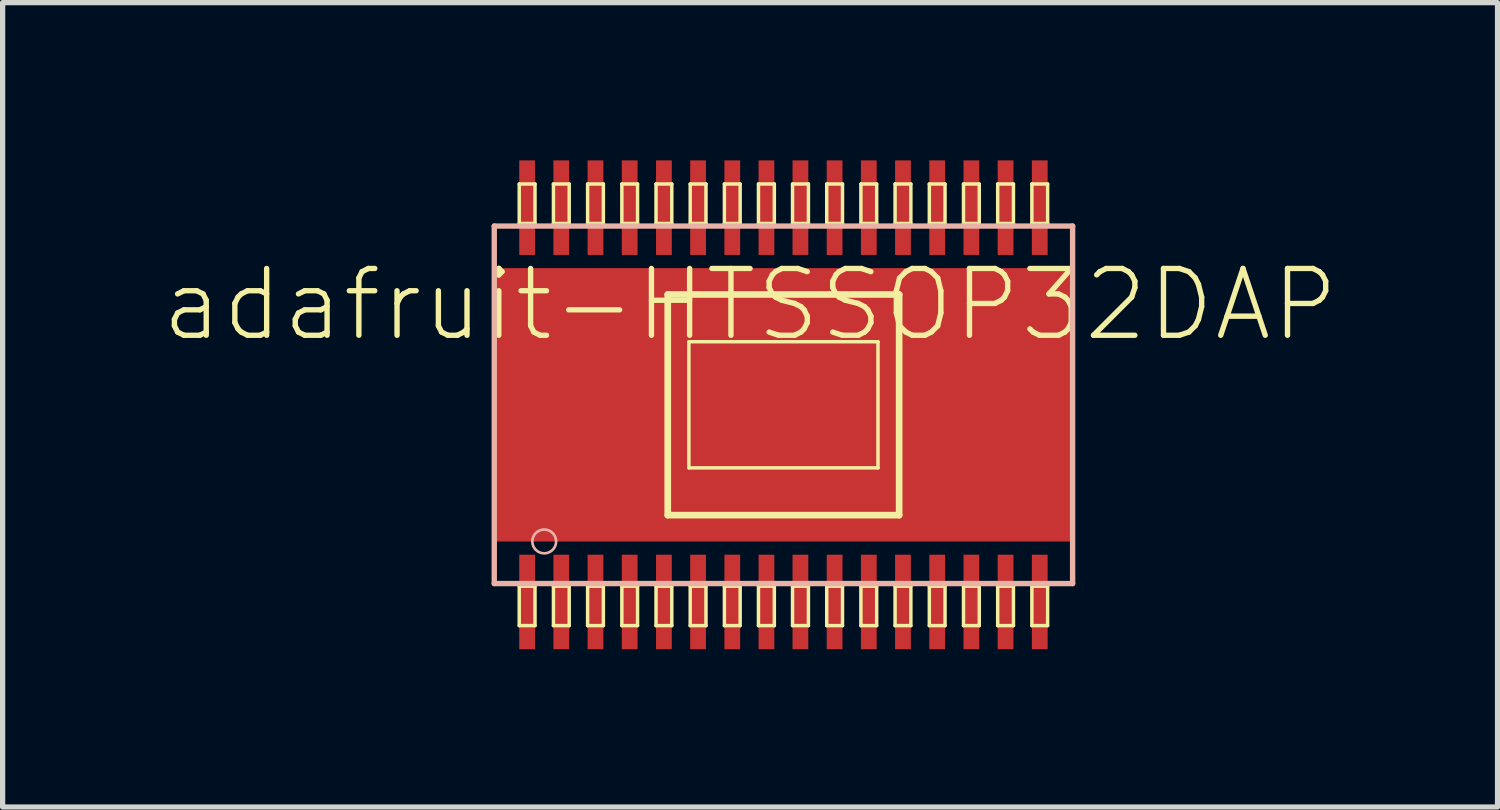
<source format=kicad_pcb>
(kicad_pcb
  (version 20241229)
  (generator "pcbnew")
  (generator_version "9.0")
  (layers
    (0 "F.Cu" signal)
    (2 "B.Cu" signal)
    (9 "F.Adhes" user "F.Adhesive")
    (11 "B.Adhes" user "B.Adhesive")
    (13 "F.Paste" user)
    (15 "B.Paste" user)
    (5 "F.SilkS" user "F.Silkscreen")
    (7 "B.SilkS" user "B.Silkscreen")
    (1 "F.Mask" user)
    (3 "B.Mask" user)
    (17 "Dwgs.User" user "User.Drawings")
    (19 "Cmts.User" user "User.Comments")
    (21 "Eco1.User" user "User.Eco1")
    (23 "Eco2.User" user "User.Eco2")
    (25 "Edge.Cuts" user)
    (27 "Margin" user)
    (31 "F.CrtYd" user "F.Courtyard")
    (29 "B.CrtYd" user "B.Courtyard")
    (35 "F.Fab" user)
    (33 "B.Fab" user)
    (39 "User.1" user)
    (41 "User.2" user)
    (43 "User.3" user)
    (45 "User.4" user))
  (footprint "adafruit-HTSSOP32DAP"
    (layer "F.Cu")
    (at 11.848 4.648)
    (property "Reference" "adafruit-HTSSOP32DAP" (at -0.635 -1.905 0) (layer "F.SilkS") (effects (font (size 1.27 1.27) (thickness 0.102))))
    (attr smd)
    (fp_line (start -5.024 -4.199) (end -4.724 -4.199) (stroke (width 0.066) (type solid)) (layer "F.SilkS"))
    (fp_line (start -5.024 -3.449) (end -5.024 -4.199) (stroke (width 0.066) (type solid)) (layer "F.SilkS"))
    (fp_line (start -5.024 -3.449) (end -4.724 -3.449) (stroke (width 0.066) (type solid)) (layer "F.SilkS"))
    (fp_line (start -5.024 3.449) (end -4.724 3.449) (stroke (width 0.066) (type solid)) (layer "F.SilkS"))
    (fp_line (start -5.024 4.199) (end -5.024 3.449) (stroke (width 0.066) (type solid)) (layer "F.SilkS"))
    (fp_line (start -5.024 4.199) (end -4.724 4.199) (stroke (width 0.066) (type solid)) (layer "F.SilkS"))
    (fp_line (start -4.724 -3.449) (end -4.724 -4.199) (stroke (width 0.066) (type solid)) (layer "F.SilkS"))
    (fp_line (start -4.724 4.199) (end -4.724 3.449) (stroke (width 0.066) (type solid)) (layer "F.SilkS"))
    (fp_line (start -4.374 -4.199) (end -4.074 -4.199) (stroke (width 0.066) (type solid)) (layer "F.SilkS"))
    (fp_line (start -4.374 -3.449) (end -4.374 -4.199) (stroke (width 0.066) (type solid)) (layer "F.SilkS"))
    (fp_line (start -4.374 -3.449) (end -4.074 -3.449) (stroke (width 0.066) (type solid)) (layer "F.SilkS"))
    (fp_line (start -4.374 3.449) (end -4.074 3.449) (stroke (width 0.066) (type solid)) (layer "F.SilkS"))
    (fp_line (start -4.374 4.199) (end -4.374 3.449) (stroke (width 0.066) (type solid)) (layer "F.SilkS"))
    (fp_line (start -4.374 4.199) (end -4.074 4.199) (stroke (width 0.066) (type solid)) (layer "F.SilkS"))
    (fp_line (start -4.074 -3.449) (end -4.074 -4.199) (stroke (width 0.066) (type solid)) (layer "F.SilkS"))
    (fp_line (start -4.074 4.199) (end -4.074 3.449) (stroke (width 0.066) (type solid)) (layer "F.SilkS"))
    (fp_line (start -3.724 -4.199) (end -3.424 -4.199) (stroke (width 0.066) (type solid)) (layer "F.SilkS"))
    (fp_line (start -3.724 -3.449) (end -3.724 -4.199) (stroke (width 0.066) (type solid)) (layer "F.SilkS"))
    (fp_line (start -3.724 -3.449) (end -3.424 -3.449) (stroke (width 0.066) (type solid)) (layer "F.SilkS"))
    (fp_line (start -3.724 3.449) (end -3.424 3.449) (stroke (width 0.066) (type solid)) (layer "F.SilkS"))
    (fp_line (start -3.724 4.199) (end -3.724 3.449) (stroke (width 0.066) (type solid)) (layer "F.SilkS"))
    (fp_line (start -3.724 4.199) (end -3.424 4.199) (stroke (width 0.066) (type solid)) (layer "F.SilkS"))
    (fp_line (start -3.424 -3.449) (end -3.424 -4.199) (stroke (width 0.066) (type solid)) (layer "F.SilkS"))
    (fp_line (start -3.424 4.199) (end -3.424 3.449) (stroke (width 0.066) (type solid)) (layer "F.SilkS"))
    (fp_line (start -3.073 -4.199) (end -2.774 -4.199) (stroke (width 0.066) (type solid)) (layer "F.SilkS"))
    (fp_line (start -3.073 -3.449) (end -3.073 -4.199) (stroke (width 0.066) (type solid)) (layer "F.SilkS"))
    (fp_line (start -3.073 -3.449) (end -2.774 -3.449) (stroke (width 0.066) (type solid)) (layer "F.SilkS"))
    (fp_line (start -3.073 3.449) (end -2.774 3.449) (stroke (width 0.066) (type solid)) (layer "F.SilkS"))
    (fp_line (start -3.073 4.199) (end -3.073 3.449) (stroke (width 0.066) (type solid)) (layer "F.SilkS"))
    (fp_line (start -3.073 4.199) (end -2.774 4.199) (stroke (width 0.066) (type solid)) (layer "F.SilkS"))
    (fp_line (start -2.774 -3.449) (end -2.774 -4.199) (stroke (width 0.066) (type solid)) (layer "F.SilkS"))
    (fp_line (start -2.774 4.199) (end -2.774 3.449) (stroke (width 0.066) (type solid)) (layer "F.SilkS"))
    (fp_line (start -2.423 -4.199) (end -2.123 -4.199) (stroke (width 0.066) (type solid)) (layer "F.SilkS"))
    (fp_line (start -2.423 -3.449) (end -2.423 -4.199) (stroke (width 0.066) (type solid)) (layer "F.SilkS"))
    (fp_line (start -2.423 -3.449) (end -2.123 -3.449) (stroke (width 0.066) (type solid)) (layer "F.SilkS"))
    (fp_line (start -2.423 3.449) (end -2.123 3.449) (stroke (width 0.066) (type solid)) (layer "F.SilkS"))
    (fp_line (start -2.423 4.199) (end -2.423 3.449) (stroke (width 0.066) (type solid)) (layer "F.SilkS"))
    (fp_line (start -2.423 4.199) (end -2.123 4.199) (stroke (width 0.066) (type solid)) (layer "F.SilkS"))
    (fp_line (start -2.2 -2.098) (end 2.2 -2.098) (stroke (width 0.127) (type solid)) (layer "F.SilkS"))
    (fp_line (start -2.2 2.098) (end -2.2 -2.098) (stroke (width 0.127) (type solid)) (layer "F.SilkS"))
    (fp_line (start -2.123 -3.449) (end -2.123 -4.199) (stroke (width 0.066) (type solid)) (layer "F.SilkS"))
    (fp_line (start -2.123 4.199) (end -2.123 3.449) (stroke (width 0.066) (type solid)) (layer "F.SilkS"))
    (fp_line (start -1.798 -1.199) (end 1.798 -1.199) (stroke (width 0.066) (type solid)) (layer "F.SilkS"))
    (fp_line (start -1.798 1.199) (end -1.798 -1.199) (stroke (width 0.066) (type solid)) (layer "F.SilkS"))
    (fp_line (start -1.798 1.199) (end 1.798 1.199) (stroke (width 0.066) (type solid)) (layer "F.SilkS"))
    (fp_line (start -1.773 -4.199) (end -1.473 -4.199) (stroke (width 0.066) (type solid)) (layer "F.SilkS"))
    (fp_line (start -1.773 -3.449) (end -1.773 -4.199) (stroke (width 0.066) (type solid)) (layer "F.SilkS"))
    (fp_line (start -1.773 -3.449) (end -1.473 -3.449) (stroke (width 0.066) (type solid)) (layer "F.SilkS"))
    (fp_line (start -1.773 3.449) (end -1.473 3.449) (stroke (width 0.066) (type solid)) (layer "F.SilkS"))
    (fp_line (start -1.773 4.199) (end -1.773 3.449) (stroke (width 0.066) (type solid)) (layer "F.SilkS"))
    (fp_line (start -1.773 4.199) (end -1.473 4.199) (stroke (width 0.066) (type solid)) (layer "F.SilkS"))
    (fp_line (start -1.473 -3.449) (end -1.473 -4.199) (stroke (width 0.066) (type solid)) (layer "F.SilkS"))
    (fp_line (start -1.473 4.199) (end -1.473 3.449) (stroke (width 0.066) (type solid)) (layer "F.SilkS"))
    (fp_line (start -1.123 -4.199) (end -0.823 -4.199) (stroke (width 0.066) (type solid)) (layer "F.SilkS"))
    (fp_line (start -1.123 -3.449) (end -1.123 -4.199) (stroke (width 0.066) (type solid)) (layer "F.SilkS"))
    (fp_line (start -1.123 -3.449) (end -0.823 -3.449) (stroke (width 0.066) (type solid)) (layer "F.SilkS"))
    (fp_line (start -1.123 3.449) (end -0.823 3.449) (stroke (width 0.066) (type solid)) (layer "F.SilkS"))
    (fp_line (start -1.123 4.199) (end -1.123 3.449) (stroke (width 0.066) (type solid)) (layer "F.SilkS"))
    (fp_line (start -1.123 4.199) (end -0.823 4.199) (stroke (width 0.066) (type solid)) (layer "F.SilkS"))
    (fp_line (start -0.823 -3.449) (end -0.823 -4.199) (stroke (width 0.066) (type solid)) (layer "F.SilkS"))
    (fp_line (start -0.823 4.199) (end -0.823 3.449) (stroke (width 0.066) (type solid)) (layer "F.SilkS"))
    (fp_line (start -0.475 -4.199) (end -0.173 -4.199) (stroke (width 0.066) (type solid)) (layer "F.SilkS"))
    (fp_line (start -0.475 -3.449) (end -0.475 -4.199) (stroke (width 0.066) (type solid)) (layer "F.SilkS"))
    (fp_line (start -0.475 -3.449) (end -0.173 -3.449) (stroke (width 0.066) (type solid)) (layer "F.SilkS"))
    (fp_line (start -0.475 3.449) (end -0.173 3.449) (stroke (width 0.066) (type solid)) (layer "F.SilkS"))
    (fp_line (start -0.475 4.199) (end -0.475 3.449) (stroke (width 0.066) (type solid)) (layer "F.SilkS"))
    (fp_line (start -0.475 4.199) (end -0.173 4.199) (stroke (width 0.066) (type solid)) (layer "F.SilkS"))
    (fp_line (start -0.173 -3.449) (end -0.173 -4.199) (stroke (width 0.066) (type solid)) (layer "F.SilkS"))
    (fp_line (start -0.173 4.199) (end -0.173 3.449) (stroke (width 0.066) (type solid)) (layer "F.SilkS"))
    (fp_line (start 0.173 -4.199) (end 0.475 -4.199) (stroke (width 0.066) (type solid)) (layer "F.SilkS"))
    (fp_line (start 0.173 -3.449) (end 0.173 -4.199) (stroke (width 0.066) (type solid)) (layer "F.SilkS"))
    (fp_line (start 0.173 -3.449) (end 0.475 -3.449) (stroke (width 0.066) (type solid)) (layer "F.SilkS"))
    (fp_line (start 0.173 3.449) (end 0.475 3.449) (stroke (width 0.066) (type solid)) (layer "F.SilkS"))
    (fp_line (start 0.173 4.199) (end 0.173 3.449) (stroke (width 0.066) (type solid)) (layer "F.SilkS"))
    (fp_line (start 0.173 4.199) (end 0.475 4.199) (stroke (width 0.066) (type solid)) (layer "F.SilkS"))
    (fp_line (start 0.475 -3.449) (end 0.475 -4.199) (stroke (width 0.066) (type solid)) (layer "F.SilkS"))
    (fp_line (start 0.475 4.199) (end 0.475 3.449) (stroke (width 0.066) (type solid)) (layer "F.SilkS"))
    (fp_line (start 0.823 -4.199) (end 1.123 -4.199) (stroke (width 0.066) (type solid)) (layer "F.SilkS"))
    (fp_line (start 0.823 -3.449) (end 0.823 -4.199) (stroke (width 0.066) (type solid)) (layer "F.SilkS"))
    (fp_line (start 0.823 -3.449) (end 1.123 -3.449) (stroke (width 0.066) (type solid)) (layer "F.SilkS"))
    (fp_line (start 0.823 3.449) (end 1.123 3.449) (stroke (width 0.066) (type solid)) (layer "F.SilkS"))
    (fp_line (start 0.823 4.199) (end 0.823 3.449) (stroke (width 0.066) (type solid)) (layer "F.SilkS"))
    (fp_line (start 0.823 4.199) (end 1.123 4.199) (stroke (width 0.066) (type solid)) (layer "F.SilkS"))
    (fp_line (start 1.123 -3.449) (end 1.123 -4.199) (stroke (width 0.066) (type solid)) (layer "F.SilkS"))
    (fp_line (start 1.123 4.199) (end 1.123 3.449) (stroke (width 0.066) (type solid)) (layer "F.SilkS"))
    (fp_line (start 1.473 -4.199) (end 1.773 -4.199) (stroke (width 0.066) (type solid)) (layer "F.SilkS"))
    (fp_line (start 1.473 -3.449) (end 1.473 -4.199) (stroke (width 0.066) (type solid)) (layer "F.SilkS"))
    (fp_line (start 1.473 -3.449) (end 1.773 -3.449) (stroke (width 0.066) (type solid)) (layer "F.SilkS"))
    (fp_line (start 1.473 3.449) (end 1.773 3.449) (stroke (width 0.066) (type solid)) (layer "F.SilkS"))
    (fp_line (start 1.473 4.199) (end 1.473 3.449) (stroke (width 0.066) (type solid)) (layer "F.SilkS"))
    (fp_line (start 1.473 4.199) (end 1.773 4.199) (stroke (width 0.066) (type solid)) (layer "F.SilkS"))
    (fp_line (start 1.773 -3.449) (end 1.773 -4.199) (stroke (width 0.066) (type solid)) (layer "F.SilkS"))
    (fp_line (start 1.773 4.199) (end 1.773 3.449) (stroke (width 0.066) (type solid)) (layer "F.SilkS"))
    (fp_line (start 1.798 1.199) (end 1.798 -1.199) (stroke (width 0.066) (type solid)) (layer "F.SilkS"))
    (fp_line (start 2.123 -4.199) (end 2.423 -4.199) (stroke (width 0.066) (type solid)) (layer "F.SilkS"))
    (fp_line (start 2.123 -3.449) (end 2.123 -4.199) (stroke (width 0.066) (type solid)) (layer "F.SilkS"))
    (fp_line (start 2.123 -3.449) (end 2.423 -3.449) (stroke (width 0.066) (type solid)) (layer "F.SilkS"))
    (fp_line (start 2.123 3.449) (end 2.423 3.449) (stroke (width 0.066) (type solid)) (layer "F.SilkS"))
    (fp_line (start 2.123 4.199) (end 2.123 3.449) (stroke (width 0.066) (type solid)) (layer "F.SilkS"))
    (fp_line (start 2.123 4.199) (end 2.423 4.199) (stroke (width 0.066) (type solid)) (layer "F.SilkS"))
    (fp_line (start 2.2 -2.098) (end 2.2 2.098) (stroke (width 0.127) (type solid)) (layer "F.SilkS"))
    (fp_line (start 2.2 2.098) (end -2.2 2.098) (stroke (width 0.127) (type solid)) (layer "F.SilkS"))
    (fp_line (start 2.423 -3.449) (end 2.423 -4.199) (stroke (width 0.066) (type solid)) (layer "F.SilkS"))
    (fp_line (start 2.423 4.199) (end 2.423 3.449) (stroke (width 0.066) (type solid)) (layer "F.SilkS"))
    (fp_line (start 2.774 -4.199) (end 3.073 -4.199) (stroke (width 0.066) (type solid)) (layer "F.SilkS"))
    (fp_line (start 2.774 -3.449) (end 2.774 -4.199) (stroke (width 0.066) (type solid)) (layer "F.SilkS"))
    (fp_line (start 2.774 -3.449) (end 3.073 -3.449) (stroke (width 0.066) (type solid)) (layer "F.SilkS"))
    (fp_line (start 2.774 3.449) (end 3.073 3.449) (stroke (width 0.066) (type solid)) (layer "F.SilkS"))
    (fp_line (start 2.774 4.199) (end 2.774 3.449) (stroke (width 0.066) (type solid)) (layer "F.SilkS"))
    (fp_line (start 2.774 4.199) (end 3.073 4.199) (stroke (width 0.066) (type solid)) (layer "F.SilkS"))
    (fp_line (start 3.073 -3.449) (end 3.073 -4.199) (stroke (width 0.066) (type solid)) (layer "F.SilkS"))
    (fp_line (start 3.073 4.199) (end 3.073 3.449) (stroke (width 0.066) (type solid)) (layer "F.SilkS"))
    (fp_line (start 3.424 -4.199) (end 3.724 -4.199) (stroke (width 0.066) (type solid)) (layer "F.SilkS"))
    (fp_line (start 3.424 -3.449) (end 3.424 -4.199) (stroke (width 0.066) (type solid)) (layer "F.SilkS"))
    (fp_line (start 3.424 -3.449) (end 3.724 -3.449) (stroke (width 0.066) (type solid)) (layer "F.SilkS"))
    (fp_line (start 3.424 3.449) (end 3.724 3.449) (stroke (width 0.066) (type solid)) (layer "F.SilkS"))
    (fp_line (start 3.424 4.199) (end 3.424 3.449) (stroke (width 0.066) (type solid)) (layer "F.SilkS"))
    (fp_line (start 3.424 4.199) (end 3.724 4.199) (stroke (width 0.066) (type solid)) (layer "F.SilkS"))
    (fp_line (start 3.724 -3.449) (end 3.724 -4.199) (stroke (width 0.066) (type solid)) (layer "F.SilkS"))
    (fp_line (start 3.724 4.199) (end 3.724 3.449) (stroke (width 0.066) (type solid)) (layer "F.SilkS"))
    (fp_line (start 4.074 -4.199) (end 4.374 -4.199) (stroke (width 0.066) (type solid)) (layer "F.SilkS"))
    (fp_line (start 4.074 -3.449) (end 4.074 -4.199) (stroke (width 0.066) (type solid)) (layer "F.SilkS"))
    (fp_line (start 4.074 -3.449) (end 4.374 -3.449) (stroke (width 0.066) (type solid)) (layer "F.SilkS"))
    (fp_line (start 4.074 3.449) (end 4.374 3.449) (stroke (width 0.066) (type solid)) (layer "F.SilkS"))
    (fp_line (start 4.074 4.199) (end 4.074 3.449) (stroke (width 0.066) (type solid)) (layer "F.SilkS"))
    (fp_line (start 4.074 4.199) (end 4.374 4.199) (stroke (width 0.066) (type solid)) (layer "F.SilkS"))
    (fp_line (start 4.374 -3.449) (end 4.374 -4.199) (stroke (width 0.066) (type solid)) (layer "F.SilkS"))
    (fp_line (start 4.374 4.199) (end 4.374 3.449) (stroke (width 0.066) (type solid)) (layer "F.SilkS"))
    (fp_line (start 4.724 -4.199) (end 5.024 -4.199) (stroke (width 0.066) (type solid)) (layer "F.SilkS"))
    (fp_line (start 4.724 -3.449) (end 4.724 -4.199) (stroke (width 0.066) (type solid)) (layer "F.SilkS"))
    (fp_line (start 4.724 -3.449) (end 5.024 -3.449) (stroke (width 0.066) (type solid)) (layer "F.SilkS"))
    (fp_line (start 4.724 3.449) (end 5.024 3.449) (stroke (width 0.066) (type solid)) (layer "F.SilkS"))
    (fp_line (start 4.724 4.199) (end 4.724 3.449) (stroke (width 0.066) (type solid)) (layer "F.SilkS"))
    (fp_line (start 4.724 4.199) (end 5.024 4.199) (stroke (width 0.066) (type solid)) (layer "F.SilkS"))
    (fp_line (start 5.024 -3.449) (end 5.024 -4.199) (stroke (width 0.066) (type solid)) (layer "F.SilkS"))
    (fp_line (start 5.024 4.199) (end 5.024 3.449) (stroke (width 0.066) (type solid)) (layer "F.SilkS"))
    (fp_line (start -5.499 -3.399) (end 5.499 -3.399) (stroke (width 0.102) (type solid)) (layer "B.SilkS"))
    (fp_line (start -5.499 3.399) (end -5.499 -3.399) (stroke (width 0.102) (type solid)) (layer "B.SilkS"))
    (fp_line (start 5.499 -3.399) (end 5.499 3.399) (stroke (width 0.102) (type solid)) (layer "B.SilkS"))
    (fp_line (start 5.499 3.399) (end -5.499 3.399) (stroke (width 0.102) (type solid)) (layer "B.SilkS"))
    (fp_circle (center -4.549 2.598) (end -4.709 2.758) (stroke (width 0.051) (type solid)) (fill no) (layer "B.SilkS"))
    (pad "1" smd rect (at -4.874 3.749) (size 0.3 1.798) (layers "F.Cu" "F.Mask" "F.Paste"))
    (pad "2" smd rect (at -4.224 3.749) (size 0.3 1.798) (layers "F.Cu" "F.Mask" "F.Paste"))
    (pad "3" smd rect (at -3.574 3.749) (size 0.3 1.798) (layers "F.Cu" "F.Mask" "F.Paste"))
    (pad "4" smd rect (at -2.924 3.749) (size 0.3 1.798) (layers "F.Cu" "F.Mask" "F.Paste"))
    (pad "5" smd rect (at -2.273 3.749) (size 0.3 1.798) (layers "F.Cu" "F.Mask" "F.Paste"))
    (pad "6" smd rect (at -1.623 3.749) (size 0.3 1.798) (layers "F.Cu" "F.Mask" "F.Paste"))
    (pad "7" smd rect (at -0.973 3.749) (size 0.3 1.798) (layers "F.Cu" "F.Mask" "F.Paste"))
    (pad "8" smd rect (at -0.323 3.749) (size 0.3 1.798) (layers "F.Cu" "F.Mask" "F.Paste"))
    (pad "9" smd rect (at 0.323 3.749) (size 0.3 1.798) (layers "F.Cu" "F.Mask" "F.Paste"))
    (pad "10" smd rect (at 0.973 3.749) (size 0.3 1.798) (layers "F.Cu" "F.Mask" "F.Paste"))
    (pad "11" smd rect (at 1.623 3.749) (size 0.3 1.798) (layers "F.Cu" "F.Mask" "F.Paste"))
    (pad "12" smd rect (at 2.273 3.749) (size 0.3 1.798) (layers "F.Cu" "F.Mask" "F.Paste"))
    (pad "13" smd rect (at 2.924 3.749) (size 0.3 1.798) (layers "F.Cu" "F.Mask" "F.Paste"))
    (pad "14" smd rect (at 3.574 3.749) (size 0.3 1.798) (layers "F.Cu" "F.Mask" "F.Paste"))
    (pad "15" smd rect (at 4.224 3.749) (size 0.3 1.798) (layers "F.Cu" "F.Mask" "F.Paste"))
    (pad "16" smd rect (at 4.874 3.749) (size 0.3 1.798) (layers "F.Cu" "F.Mask" "F.Paste"))
    (pad "17" smd rect (at 4.874 -3.749 180) (size 0.3 1.798) (layers "F.Cu" "F.Mask" "F.Paste"))
    (pad "18" smd rect (at 4.224 -3.749 180) (size 0.3 1.798) (layers "F.Cu" "F.Mask" "F.Paste"))
    (pad "19" smd rect (at 3.574 -3.749 180) (size 0.3 1.798) (layers "F.Cu" "F.Mask" "F.Paste"))
    (pad "20" smd rect (at 2.924 -3.749 180) (size 0.3 1.798) (layers "F.Cu" "F.Mask" "F.Paste"))
    (pad "21" smd rect (at 2.273 -3.749 180) (size 0.3 1.798) (layers "F.Cu" "F.Mask" "F.Paste"))
    (pad "22" smd rect (at 1.623 -3.749 180) (size 0.3 1.798) (layers "F.Cu" "F.Mask" "F.Paste"))
    (pad "23" smd rect (at 0.973 -3.749 180) (size 0.3 1.798) (layers "F.Cu" "F.Mask" "F.Paste"))
    (pad "24" smd rect (at 0.323 -3.749 180) (size 0.3 1.798) (layers "F.Cu" "F.Mask" "F.Paste"))
    (pad "25" smd rect (at -0.323 -3.749 180) (size 0.3 1.798) (layers "F.Cu" "F.Mask" "F.Paste"))
    (pad "26" smd rect (at -0.973 -3.749 180) (size 0.3 1.798) (layers "F.Cu" "F.Mask" "F.Paste"))
    (pad "27" smd rect (at -1.623 -3.749 180) (size 0.3 1.798) (layers "F.Cu" "F.Mask" "F.Paste"))
    (pad "28" smd rect (at -2.273 -3.749 180) (size 0.3 1.798) (layers "F.Cu" "F.Mask" "F.Paste"))
    (pad "29" smd rect (at -2.924 -3.749 180) (size 0.3 1.798) (layers "F.Cu" "F.Mask" "F.Paste"))
    (pad "30" smd rect (at -3.574 -3.749 180) (size 0.3 1.798) (layers "F.Cu" "F.Mask" "F.Paste"))
    (pad "31" smd rect (at -4.224 -3.749 180) (size 0.3 1.798) (layers "F.Cu" "F.Mask" "F.Paste"))
    (pad "32" smd rect (at -4.874 -3.749 180) (size 0.3 1.798) (layers "F.Cu" "F.Mask" "F.Paste"))
    (pad "EXP" smd rect (at 0 0) (size 10.998 5.199) (layers "F.Cu" "F.Mask" "F.Paste")))
  (gr_rect
    (start -3 -3)
    (end 25.427 12.296)
    (stroke (width 0.1) (type default))
    (fill no)
    (layer "Edge.Cuts")))
</source>
